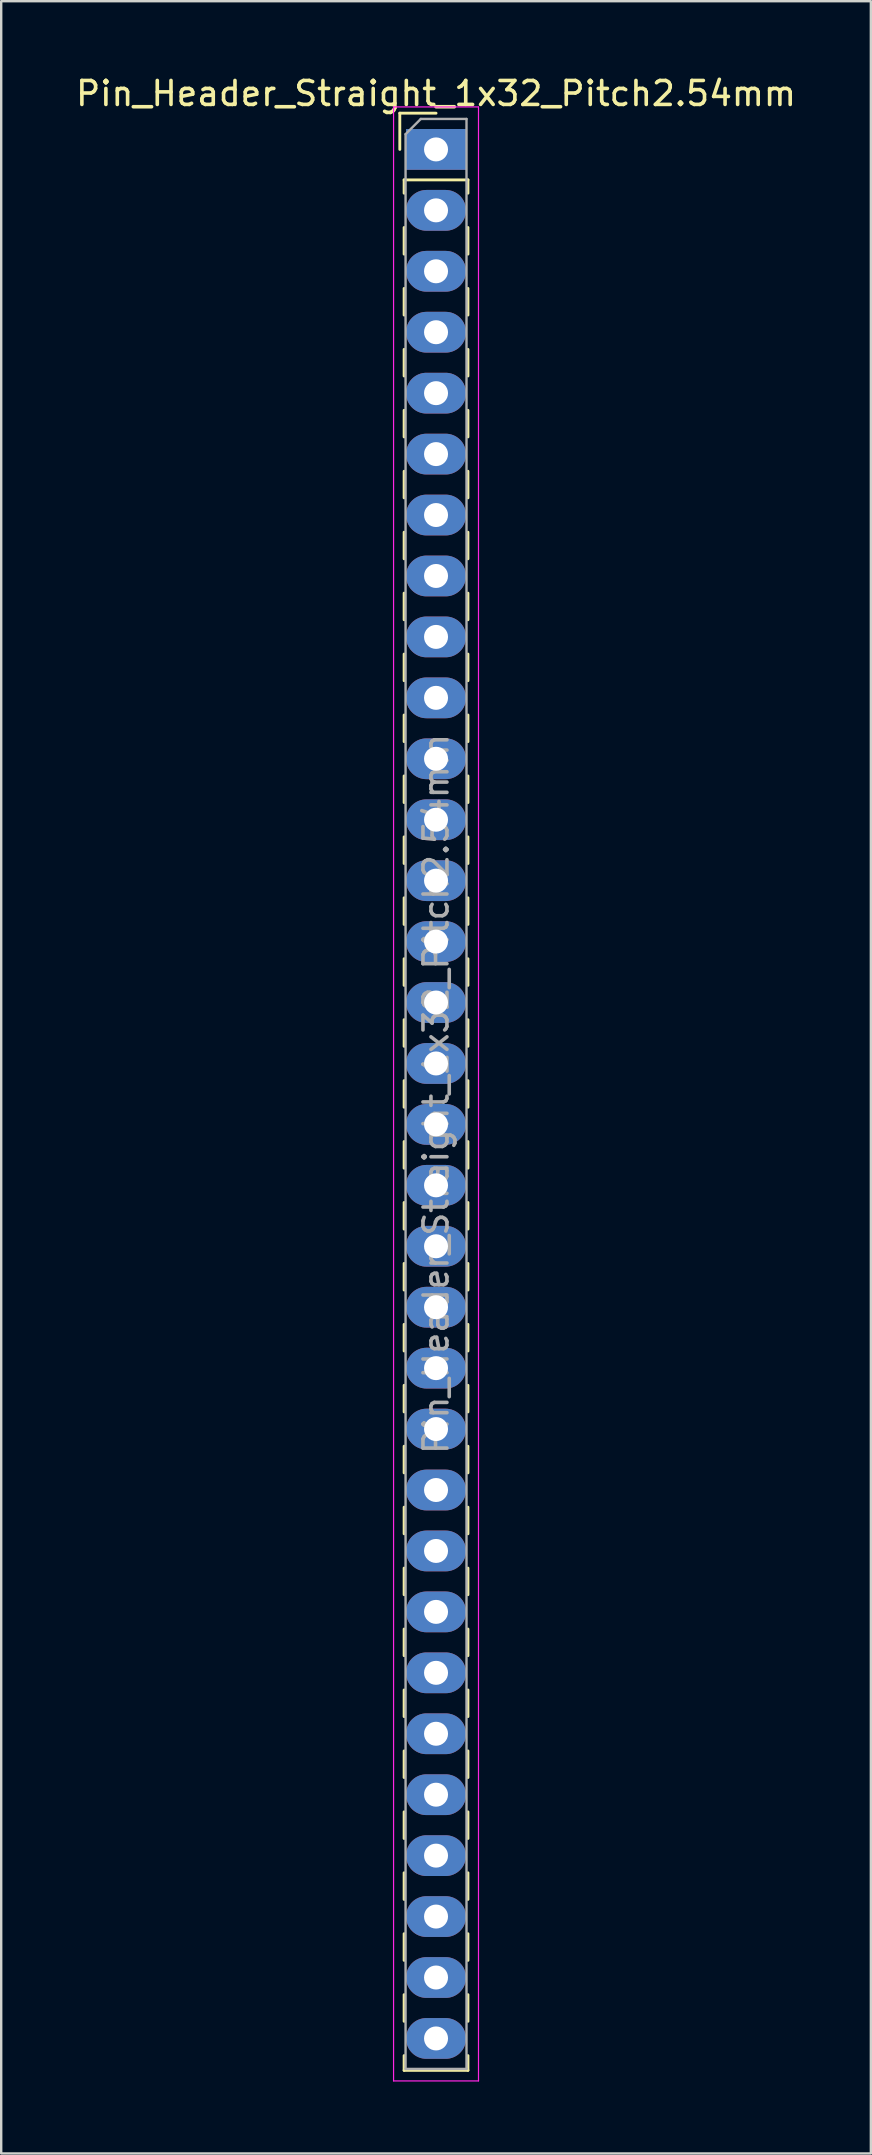
<source format=kicad_pcb>
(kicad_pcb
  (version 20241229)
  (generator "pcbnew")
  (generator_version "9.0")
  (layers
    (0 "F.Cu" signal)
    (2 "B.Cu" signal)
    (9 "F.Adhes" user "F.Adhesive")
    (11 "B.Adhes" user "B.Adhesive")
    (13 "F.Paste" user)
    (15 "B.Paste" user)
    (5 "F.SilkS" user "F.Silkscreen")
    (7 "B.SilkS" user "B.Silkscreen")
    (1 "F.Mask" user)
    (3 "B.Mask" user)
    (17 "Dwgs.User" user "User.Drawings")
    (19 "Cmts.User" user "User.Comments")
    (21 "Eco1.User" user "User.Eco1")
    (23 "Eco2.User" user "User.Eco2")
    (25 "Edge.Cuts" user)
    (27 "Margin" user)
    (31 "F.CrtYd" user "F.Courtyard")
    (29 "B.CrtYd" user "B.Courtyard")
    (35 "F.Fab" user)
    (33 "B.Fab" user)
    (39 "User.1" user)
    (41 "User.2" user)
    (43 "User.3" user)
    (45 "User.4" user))
  (footprint "Pin_Header_Straight_1x32_Pitch2.54mm"
    (layer "F.Cu")
    (at 15.125 3.178)
    (property "Reference" "Pin_Header_Straight_1x32_Pitch2.54mm" (at 0 -2.33 0) (layer "F.SilkS") (effects (font (size 1 1) (thickness 0.15))))
    (attr through_hole)
    (fp_line (start -1.51 -1.51) (end 0 -1.51) (stroke (width 0.12) (type solid)) (layer "F.SilkS"))
    (fp_line (start -1.51 0) (end -1.51 -1.51) (stroke (width 0.12) (type solid)) (layer "F.SilkS"))
    (fp_line (start -1.33 1.27) (end -1.33 1.825) (stroke (width 0.12) (type solid)) (layer "F.SilkS"))
    (fp_line (start -1.33 1.27) (end 1.33 1.27) (stroke (width 0.12) (type solid)) (layer "F.SilkS"))
    (fp_line (start -1.33 3.255) (end -1.33 4.365) (stroke (width 0.12) (type solid)) (layer "F.SilkS"))
    (fp_line (start -1.33 5.795) (end -1.33 6.905) (stroke (width 0.12) (type solid)) (layer "F.SilkS"))
    (fp_line (start -1.33 8.335) (end -1.33 9.445) (stroke (width 0.12) (type solid)) (layer "F.SilkS"))
    (fp_line (start -1.33 10.875) (end -1.33 11.985) (stroke (width 0.12) (type solid)) (layer "F.SilkS"))
    (fp_line (start -1.33 13.415) (end -1.33 14.525) (stroke (width 0.12) (type solid)) (layer "F.SilkS"))
    (fp_line (start -1.33 15.955) (end -1.33 17.065) (stroke (width 0.12) (type solid)) (layer "F.SilkS"))
    (fp_line (start -1.33 18.495) (end -1.33 19.605) (stroke (width 0.12) (type solid)) (layer "F.SilkS"))
    (fp_line (start -1.33 21.035) (end -1.33 22.145) (stroke (width 0.12) (type solid)) (layer "F.SilkS"))
    (fp_line (start -1.33 23.575) (end -1.33 24.685) (stroke (width 0.12) (type solid)) (layer "F.SilkS"))
    (fp_line (start -1.33 26.115) (end -1.33 27.225) (stroke (width 0.12) (type solid)) (layer "F.SilkS"))
    (fp_line (start -1.33 28.655) (end -1.33 29.765) (stroke (width 0.12) (type solid)) (layer "F.SilkS"))
    (fp_line (start -1.33 31.195) (end -1.33 32.305) (stroke (width 0.12) (type solid)) (layer "F.SilkS"))
    (fp_line (start -1.33 33.735) (end -1.33 34.845) (stroke (width 0.12) (type solid)) (layer "F.SilkS"))
    (fp_line (start -1.33 36.275) (end -1.33 37.385) (stroke (width 0.12) (type solid)) (layer "F.SilkS"))
    (fp_line (start -1.33 38.815) (end -1.33 39.925) (stroke (width 0.12) (type solid)) (layer "F.SilkS"))
    (fp_line (start -1.33 41.355) (end -1.33 42.465) (stroke (width 0.12) (type solid)) (layer "F.SilkS"))
    (fp_line (start -1.33 43.895) (end -1.33 45.005) (stroke (width 0.12) (type solid)) (layer "F.SilkS"))
    (fp_line (start -1.33 46.435) (end -1.33 47.545) (stroke (width 0.12) (type solid)) (layer "F.SilkS"))
    (fp_line (start -1.33 48.975) (end -1.33 50.085) (stroke (width 0.12) (type solid)) (layer "F.SilkS"))
    (fp_line (start -1.33 51.515) (end -1.33 52.625) (stroke (width 0.12) (type solid)) (layer "F.SilkS"))
    (fp_line (start -1.33 54.055) (end -1.33 55.165) (stroke (width 0.12) (type solid)) (layer "F.SilkS"))
    (fp_line (start -1.33 56.595) (end -1.33 57.705) (stroke (width 0.12) (type solid)) (layer "F.SilkS"))
    (fp_line (start -1.33 59.135) (end -1.33 60.245) (stroke (width 0.12) (type solid)) (layer "F.SilkS"))
    (fp_line (start -1.33 61.675) (end -1.33 62.785) (stroke (width 0.12) (type solid)) (layer "F.SilkS"))
    (fp_line (start -1.33 64.215) (end -1.33 65.325) (stroke (width 0.12) (type solid)) (layer "F.SilkS"))
    (fp_line (start -1.33 66.755) (end -1.33 67.865) (stroke (width 0.12) (type solid)) (layer "F.SilkS"))
    (fp_line (start -1.33 69.295) (end -1.33 70.405) (stroke (width 0.12) (type solid)) (layer "F.SilkS"))
    (fp_line (start -1.33 71.835) (end -1.33 72.945) (stroke (width 0.12) (type solid)) (layer "F.SilkS"))
    (fp_line (start -1.33 74.375) (end -1.33 75.485) (stroke (width 0.12) (type solid)) (layer "F.SilkS"))
    (fp_line (start -1.33 76.915) (end -1.33 78.025) (stroke (width 0.12) (type solid)) (layer "F.SilkS"))
    (fp_line (start -1.33 79.455) (end -1.33 80.07) (stroke (width 0.12) (type solid)) (layer "F.SilkS"))
    (fp_line (start -1.33 80.07) (end 1.33 80.07) (stroke (width 0.12) (type solid)) (layer "F.SilkS"))
    (fp_line (start 1.33 1.27) (end 1.33 1.825) (stroke (width 0.12) (type solid)) (layer "F.SilkS"))
    (fp_line (start 1.33 3.255) (end 1.33 4.365) (stroke (width 0.12) (type solid)) (layer "F.SilkS"))
    (fp_line (start 1.33 5.795) (end 1.33 6.905) (stroke (width 0.12) (type solid)) (layer "F.SilkS"))
    (fp_line (start 1.33 8.335) (end 1.33 9.445) (stroke (width 0.12) (type solid)) (layer "F.SilkS"))
    (fp_line (start 1.33 10.875) (end 1.33 11.985) (stroke (width 0.12) (type solid)) (layer "F.SilkS"))
    (fp_line (start 1.33 13.415) (end 1.33 14.525) (stroke (width 0.12) (type solid)) (layer "F.SilkS"))
    (fp_line (start 1.33 15.955) (end 1.33 17.065) (stroke (width 0.12) (type solid)) (layer "F.SilkS"))
    (fp_line (start 1.33 18.495) (end 1.33 19.605) (stroke (width 0.12) (type solid)) (layer "F.SilkS"))
    (fp_line (start 1.33 21.035) (end 1.33 22.145) (stroke (width 0.12) (type solid)) (layer "F.SilkS"))
    (fp_line (start 1.33 23.575) (end 1.33 24.685) (stroke (width 0.12) (type solid)) (layer "F.SilkS"))
    (fp_line (start 1.33 26.115) (end 1.33 27.225) (stroke (width 0.12) (type solid)) (layer "F.SilkS"))
    (fp_line (start 1.33 28.655) (end 1.33 29.765) (stroke (width 0.12) (type solid)) (layer "F.SilkS"))
    (fp_line (start 1.33 31.195) (end 1.33 32.305) (stroke (width 0.12) (type solid)) (layer "F.SilkS"))
    (fp_line (start 1.33 33.735) (end 1.33 34.845) (stroke (width 0.12) (type solid)) (layer "F.SilkS"))
    (fp_line (start 1.33 36.275) (end 1.33 37.385) (stroke (width 0.12) (type solid)) (layer "F.SilkS"))
    (fp_line (start 1.33 38.815) (end 1.33 39.925) (stroke (width 0.12) (type solid)) (layer "F.SilkS"))
    (fp_line (start 1.33 41.355) (end 1.33 42.465) (stroke (width 0.12) (type solid)) (layer "F.SilkS"))
    (fp_line (start 1.33 43.895) (end 1.33 45.005) (stroke (width 0.12) (type solid)) (layer "F.SilkS"))
    (fp_line (start 1.33 46.435) (end 1.33 47.545) (stroke (width 0.12) (type solid)) (layer "F.SilkS"))
    (fp_line (start 1.33 48.975) (end 1.33 50.085) (stroke (width 0.12) (type solid)) (layer "F.SilkS"))
    (fp_line (start 1.33 51.515) (end 1.33 52.625) (stroke (width 0.12) (type solid)) (layer "F.SilkS"))
    (fp_line (start 1.33 54.055) (end 1.33 55.165) (stroke (width 0.12) (type solid)) (layer "F.SilkS"))
    (fp_line (start 1.33 56.595) (end 1.33 57.705) (stroke (width 0.12) (type solid)) (layer "F.SilkS"))
    (fp_line (start 1.33 59.135) (end 1.33 60.245) (stroke (width 0.12) (type solid)) (layer "F.SilkS"))
    (fp_line (start 1.33 61.675) (end 1.33 62.785) (stroke (width 0.12) (type solid)) (layer "F.SilkS"))
    (fp_line (start 1.33 64.215) (end 1.33 65.325) (stroke (width 0.12) (type solid)) (layer "F.SilkS"))
    (fp_line (start 1.33 66.755) (end 1.33 67.865) (stroke (width 0.12) (type solid)) (layer "F.SilkS"))
    (fp_line (start 1.33 69.295) (end 1.33 70.405) (stroke (width 0.12) (type solid)) (layer "F.SilkS"))
    (fp_line (start 1.33 71.835) (end 1.33 72.945) (stroke (width 0.12) (type solid)) (layer "F.SilkS"))
    (fp_line (start 1.33 74.375) (end 1.33 75.485) (stroke (width 0.12) (type solid)) (layer "F.SilkS"))
    (fp_line (start 1.33 76.915) (end 1.33 78.025) (stroke (width 0.12) (type solid)) (layer "F.SilkS"))
    (fp_line (start 1.33 79.455) (end 1.33 80.07) (stroke (width 0.12) (type solid)) (layer "F.SilkS"))
    (fp_line (start -1.77 -1.77) (end -1.77 80.51) (stroke (width 0.05) (type solid)) (layer "F.CrtYd"))
    (fp_line (start -1.77 80.51) (end 1.77 80.51) (stroke (width 0.05) (type solid)) (layer "F.CrtYd"))
    (fp_line (start 1.77 -1.77) (end -1.77 -1.77) (stroke (width 0.05) (type solid)) (layer "F.CrtYd"))
    (fp_line (start 1.77 80.51) (end 1.77 -1.77) (stroke (width 0.05) (type solid)) (layer "F.CrtYd"))
    (fp_line (start -1.27 -0.635) (end -0.635 -1.27) (stroke (width 0.1) (type solid)) (layer "F.Fab"))
    (fp_line (start -1.27 80.01) (end -1.27 -0.635) (stroke (width 0.1) (type solid)) (layer "F.Fab"))
    (fp_line (start -0.635 -1.27) (end 1.27 -1.27) (stroke (width 0.1) (type solid)) (layer "F.Fab"))
    (fp_line (start 1.27 -1.27) (end 1.27 80.01) (stroke (width 0.1) (type solid)) (layer "F.Fab"))
    (fp_line (start 1.27 80.01) (end -1.27 80.01) (stroke (width 0.1) (type solid)) (layer "F.Fab"))
    (fp_text user "${REFERENCE}" (at 0 39.37 90) (layer "F.Fab") (effects (font (size 1 1) (thickness 0.15))))
    (pad "1" thru_hole rect (at 0 0) (size 2.5 1.7) (drill 1) (layers "*.Cu" "*.Mask"))
    (pad "2" thru_hole oval (at 0 2.54) (size 2.5 1.7) (drill 1) (layers "*.Cu" "*.Mask"))
    (pad "3" thru_hole oval (at 0 5.08) (size 2.5 1.7) (drill 1) (layers "*.Cu" "*.Mask"))
    (pad "4" thru_hole oval (at 0 7.62) (size 2.5 1.7) (drill 1) (layers "*.Cu" "*.Mask"))
    (pad "5" thru_hole oval (at 0 10.16) (size 2.5 1.7) (drill 1) (layers "*.Cu" "*.Mask"))
    (pad "6" thru_hole oval (at 0 12.7) (size 2.5 1.7) (drill 1) (layers "*.Cu" "*.Mask"))
    (pad "7" thru_hole oval (at 0 15.24) (size 2.5 1.7) (drill 1) (layers "*.Cu" "*.Mask"))
    (pad "8" thru_hole oval (at 0 17.78) (size 2.5 1.7) (drill 1) (layers "*.Cu" "*.Mask"))
    (pad "9" thru_hole oval (at 0 20.32) (size 2.5 1.7) (drill 1) (layers "*.Cu" "*.Mask"))
    (pad "10" thru_hole oval (at 0 22.86) (size 2.5 1.7) (drill 1) (layers "*.Cu" "*.Mask"))
    (pad "11" thru_hole oval (at 0 25.4) (size 2.5 1.7) (drill 1) (layers "*.Cu" "*.Mask"))
    (pad "12" thru_hole oval (at 0 27.94) (size 2.5 1.7) (drill 1) (layers "*.Cu" "*.Mask"))
    (pad "13" thru_hole oval (at 0 30.48) (size 2.5 1.7) (drill 1) (layers "*.Cu" "*.Mask"))
    (pad "14" thru_hole oval (at 0 33.02) (size 2.5 1.7) (drill 1) (layers "*.Cu" "*.Mask"))
    (pad "15" thru_hole oval (at 0 35.56) (size 2.5 1.7) (drill 1) (layers "*.Cu" "*.Mask"))
    (pad "16" thru_hole oval (at 0 38.1) (size 2.5 1.7) (drill 1) (layers "*.Cu" "*.Mask"))
    (pad "17" thru_hole oval (at 0 40.64) (size 2.5 1.7) (drill 1) (layers "*.Cu" "*.Mask"))
    (pad "18" thru_hole oval (at 0 43.18) (size 2.5 1.7) (drill 1) (layers "*.Cu" "*.Mask"))
    (pad "19" thru_hole oval (at 0 45.72) (size 2.5 1.7) (drill 1) (layers "*.Cu" "*.Mask"))
    (pad "20" thru_hole oval (at 0 48.26) (size 2.5 1.7) (drill 1) (layers "*.Cu" "*.Mask"))
    (pad "21" thru_hole oval (at 0 50.8) (size 2.5 1.7) (drill 1) (layers "*.Cu" "*.Mask"))
    (pad "22" thru_hole oval (at 0 53.34) (size 2.5 1.7) (drill 1) (layers "*.Cu" "*.Mask"))
    (pad "23" thru_hole oval (at 0 55.88) (size 2.5 1.7) (drill 1) (layers "*.Cu" "*.Mask"))
    (pad "24" thru_hole oval (at 0 58.42) (size 2.5 1.7) (drill 1) (layers "*.Cu" "*.Mask"))
    (pad "25" thru_hole oval (at 0 60.96) (size 2.5 1.7) (drill 1) (layers "*.Cu" "*.Mask"))
    (pad "26" thru_hole oval (at 0 63.5) (size 2.5 1.7) (drill 1) (layers "*.Cu" "*.Mask"))
    (pad "27" thru_hole oval (at 0 66.04) (size 2.5 1.7) (drill 1) (layers "*.Cu" "*.Mask"))
    (pad "28" thru_hole oval (at 0 68.58) (size 2.5 1.7) (drill 1) (layers "*.Cu" "*.Mask"))
    (pad "29" thru_hole oval (at 0 71.12) (size 2.5 1.7) (drill 1) (layers "*.Cu" "*.Mask"))
    (pad "30" thru_hole oval (at 0 73.66) (size 2.5 1.7) (drill 1) (layers "*.Cu" "*.Mask"))
    (pad "31" thru_hole oval (at 0 76.2) (size 2.5 1.7) (drill 1) (layers "*.Cu" "*.Mask"))
    (pad "32" thru_hole oval (at 0 78.74) (size 2.5 1.7) (drill 1) (layers "*.Cu" "*.Mask")))
  (gr_rect
    (start -3 -3)
    (end 33.25 86.713)
    (stroke (width 0.1) (type default))
    (fill no)
    (layer "Edge.Cuts")))
</source>
